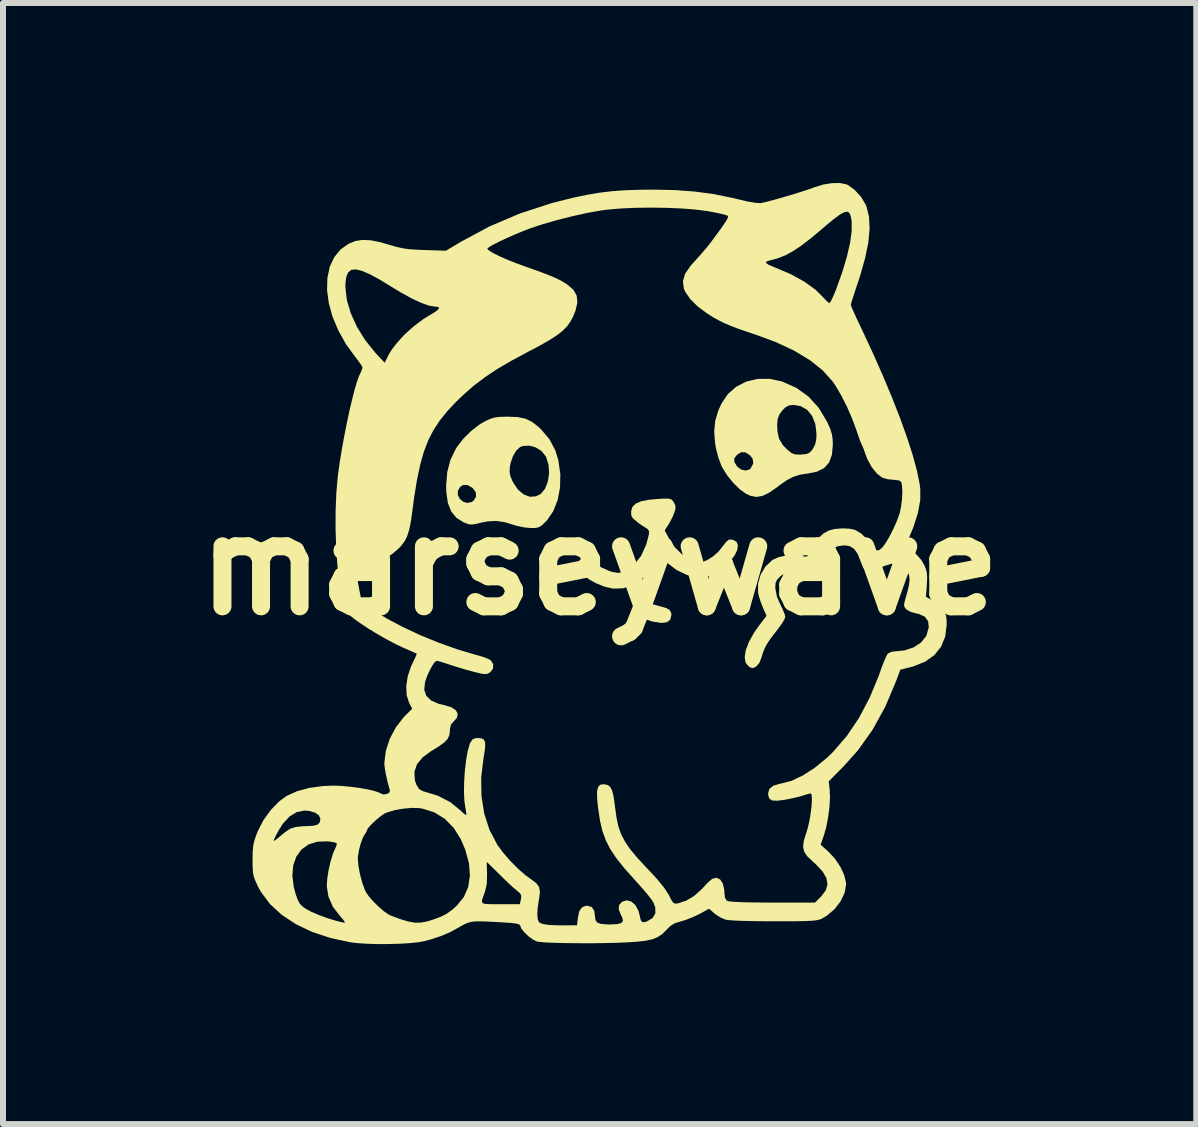
<source format=kicad_pcb>
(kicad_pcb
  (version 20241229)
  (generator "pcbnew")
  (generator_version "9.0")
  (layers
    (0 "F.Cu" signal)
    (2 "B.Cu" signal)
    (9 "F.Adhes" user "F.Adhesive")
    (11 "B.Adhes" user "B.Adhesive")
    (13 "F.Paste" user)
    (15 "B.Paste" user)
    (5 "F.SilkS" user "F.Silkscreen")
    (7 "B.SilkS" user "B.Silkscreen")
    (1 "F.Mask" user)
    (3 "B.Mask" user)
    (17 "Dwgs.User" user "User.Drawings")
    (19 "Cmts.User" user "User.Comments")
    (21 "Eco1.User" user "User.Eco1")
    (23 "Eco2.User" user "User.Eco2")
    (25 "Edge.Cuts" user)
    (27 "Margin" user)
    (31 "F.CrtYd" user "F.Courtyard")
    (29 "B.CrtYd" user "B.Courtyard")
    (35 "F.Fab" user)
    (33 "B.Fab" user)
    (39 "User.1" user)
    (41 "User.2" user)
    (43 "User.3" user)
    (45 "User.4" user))
  (footprint "marseywave"
    (layer "F.Cu")
    (at 6.943 6.376)
    (property "Reference" "marseywave" (at 0 0 0) (layer "F.SilkS") (effects (font (size 1.5 1.5) (thickness 0.3))))
    (attr board_only exclude_from_pos_files exclude_from_bom)
    (fp_poly (pts (xy 0.821 0.62) (xy 0.888 0.645) (xy 0.977 0.67) (xy 1.008 0.678) (xy 1.11 0.707) (xy 1.169 0.742) (xy 1.193 0.79) (xy 1.196 0.82) (xy 1.178 0.898) (xy 1.123 0.943) (xy 1.03 0.955) (xy 0.897 0.935) (xy 0.849 0.923) (xy 0.728 0.877) (xy 0.655 0.818) (xy 0.625 0.743) (xy 0.624 0.723) (xy 0.645 0.653) (xy 0.7 0.611) (xy 0.777 0.606)) (stroke (width 0) (type solid)) (fill yes) (layer "F.SilkS"))
    (fp_poly (pts (xy 3.034 -3.07) (xy 3.046 -3.066) (xy 3.279 -2.962) (xy 3.48 -2.818) (xy 3.649 -2.632) (xy 3.785 -2.406) (xy 3.792 -2.393) (xy 3.842 -2.281) (xy 3.87 -2.192) (xy 3.883 -2.102) (xy 3.886 -2.016) (xy 3.871 -1.848) (xy 3.824 -1.719) (xy 3.741 -1.626) (xy 3.619 -1.565) (xy 3.467 -1.535) (xy 3.339 -1.515) (xy 3.23 -1.481) (xy 3.124 -1.427) (xy 3.004 -1.344) (xy 2.96 -1.31) (xy 2.826 -1.216) (xy 2.714 -1.162) (xy 2.613 -1.145) (xy 2.515 -1.163) (xy 2.443 -1.195) (xy 2.341 -1.267) (xy 2.232 -1.373) (xy 2.13 -1.498) (xy 2.047 -1.629) (xy 2.029 -1.665) (xy 2.005 -1.73) (xy 2.244 -1.73) (xy 2.286 -1.659) (xy 2.29 -1.654) (xy 2.351 -1.605) (xy 2.425 -1.585) (xy 2.49 -1.598) (xy 2.515 -1.618) (xy 2.559 -1.701) (xy 2.551 -1.778) (xy 2.512 -1.832) (xy 2.432 -1.887) (xy 2.356 -1.89) (xy 2.288 -1.846) (xy 2.244 -1.787) (xy 2.244 -1.73) (xy 2.005 -1.73) (xy 1.979 -1.797) (xy 1.939 -1.953) (xy 1.924 -2.04) (xy 1.909 -2.238) (xy 1.92 -2.353) (xy 2.958 -2.353) (xy 2.963 -2.236) (xy 2.989 -2.115) (xy 3.053 -2.008) (xy 3.134 -1.926) (xy 3.198 -1.876) (xy 3.256 -1.853) (xy 3.332 -1.85) (xy 3.362 -1.851) (xy 3.445 -1.86) (xy 3.497 -1.881) (xy 3.538 -1.924) (xy 3.554 -1.947) (xy 3.592 -2.021) (xy 3.61 -2.108) (xy 3.614 -2.192) (xy 3.595 -2.357) (xy 3.542 -2.492) (xy 3.459 -2.595) (xy 3.35 -2.658) (xy 3.23 -2.678) (xy 3.155 -2.67) (xy 3.098 -2.64) (xy 3.044 -2.586) (xy 2.995 -2.518) (xy 2.967 -2.446) (xy 2.958 -2.353) (xy 1.92 -2.353) (xy 1.926 -2.414) (xy 1.979 -2.588) (xy 2.031 -2.702) (xy 2.137 -2.86) (xy 2.277 -2.982) (xy 2.443 -3.067) (xy 2.63 -3.111) (xy 2.829 -3.113)) (stroke (width 0) (type solid)) (fill yes) (layer "F.SilkS"))
    (fp_poly (pts (xy -1.362 -2.475) (xy -1.237 -2.449) (xy -1.13 -2.398) (xy -1.024 -2.316) (xy -0.978 -2.273) (xy -0.836 -2.105) (xy -0.737 -1.918) (xy -0.687 -1.749) (xy -0.655 -1.522) (xy -0.66 -1.3) (xy -0.7 -1.093) (xy -0.772 -0.909) (xy -0.875 -0.758) (xy -0.897 -0.734) (xy -0.963 -0.672) (xy -1.015 -0.639) (xy -1.073 -0.627) (xy -1.147 -0.626) (xy -1.258 -0.637) (xy -1.377 -0.662) (xy -1.423 -0.676) (xy -1.587 -0.725) (xy -1.729 -0.745) (xy -1.869 -0.737) (xy -1.973 -0.716) (xy -2.069 -0.693) (xy -2.133 -0.685) (xy -2.184 -0.69) (xy -2.239 -0.71) (xy -2.268 -0.722) (xy -2.388 -0.797) (xy -2.474 -0.904) (xy -2.53 -1.045) (xy -2.555 -1.226) (xy -2.556 -1.244) (xy -2.364 -1.244) (xy -2.362 -1.174) (xy -2.329 -1.111) (xy -2.273 -1.064) (xy -2.205 -1.044) (xy -2.133 -1.06) (xy -2.101 -1.083) (xy -2.059 -1.15) (xy -2.065 -1.224) (xy -2.116 -1.293) (xy -2.122 -1.298) (xy -2.207 -1.345) (xy -2.281 -1.342) (xy -2.325 -1.311) (xy -2.364 -1.244) (xy -2.556 -1.244) (xy -2.558 -1.339) (xy -2.539 -1.564) (xy -2.538 -1.566) (xy -1.501 -1.566) (xy -1.489 -1.496) (xy -1.456 -1.415) (xy -1.438 -1.38) (xy -1.358 -1.263) (xy -1.263 -1.185) (xy -1.161 -1.147) (xy -1.059 -1.155) (xy -0.98 -1.196) (xy -0.909 -1.282) (xy -0.863 -1.401) (xy -0.843 -1.537) (xy -0.851 -1.677) (xy -0.89 -1.805) (xy -0.898 -1.821) (xy -0.967 -1.909) (xy -1.065 -1.97) (xy -1.174 -2) (xy -1.281 -1.994) (xy -1.325 -1.976) (xy -1.39 -1.917) (xy -1.446 -1.822) (xy -1.485 -1.706) (xy -1.495 -1.651) (xy -1.501 -1.566) (xy -2.538 -1.566) (xy -2.487 -1.762) (xy -2.396 -1.948) (xy -2.378 -1.977) (xy -2.273 -2.114) (xy -2.138 -2.247) (xy -1.993 -2.358) (xy -1.9 -2.411) (xy -1.82 -2.447) (xy -1.747 -2.469) (xy -1.663 -2.479) (xy -1.549 -2.482) (xy -1.521 -2.482)) (stroke (width 0) (type solid)) (fill yes) (layer "F.SilkS"))
    (fp_poly (pts (xy 1.182 -1.11) (xy 1.209 -1.092) (xy 1.232 -1.061) (xy 1.234 -1.058) (xy 1.262 -1.003) (xy 1.263 -0.949) (xy 1.248 -0.891) (xy 1.213 -0.805) (xy 1.164 -0.713) (xy 1.15 -0.69) (xy 1.084 -0.587) (xy 1.157 -0.449) (xy 1.251 -0.307) (xy 1.371 -0.189) (xy 1.503 -0.105) (xy 1.576 -0.077) (xy 1.653 -0.059) (xy 1.71 -0.06) (xy 1.771 -0.083) (xy 1.814 -0.105) (xy 1.9 -0.161) (xy 1.977 -0.23) (xy 1.998 -0.255) (xy 2.052 -0.324) (xy 2.1 -0.386) (xy 2.108 -0.396) (xy 2.156 -0.435) (xy 2.218 -0.432) (xy 2.28 -0.398) (xy 2.304 -0.338) (xy 2.293 -0.261) (xy 2.251 -0.172) (xy 2.182 -0.079) (xy 2.09 0.013) (xy 1.978 0.097) (xy 1.894 0.145) (xy 1.801 0.187) (xy 1.724 0.203) (xy 1.637 0.2) (xy 1.631 0.199) (xy 1.455 0.156) (xy 1.282 0.073) (xy 1.132 -0.041) (xy 1.124 -0.048) (xy 1.064 -0.106) (xy 1.018 -0.145) (xy 1.001 -0.156) (xy 0.983 -0.135) (xy 0.952 -0.083) (xy 0.939 -0.057) (xy 0.853 0.071) (xy 0.733 0.194) (xy 0.599 0.295) (xy 0.548 0.324) (xy 0.39 0.378) (xy 0.225 0.383) (xy 0.091 0.354) (xy -0.058 0.295) (xy -0.183 0.225) (xy -0.279 0.148) (xy -0.341 0.069) (xy -0.366 -0.006) (xy -0.348 -0.074) (xy -0.309 -0.114) (xy -0.249 -0.139) (xy -0.187 -0.125) (xy -0.109 -0.07) (xy -0.104 -0.066) (xy 0.029 0.031) (xy 0.168 0.092) (xy 0.215 0.105) (xy 0.297 0.121) (xy 0.36 0.114) (xy 0.434 0.082) (xy 0.436 0.081) (xy 0.578 -0.02) (xy 0.692 -0.164) (xy 0.776 -0.35) (xy 0.819 -0.512) (xy 0.824 -0.574) (xy 0.8 -0.61) (xy 0.775 -0.626) (xy 0.718 -0.661) (xy 0.644 -0.713) (xy 0.616 -0.735) (xy 0.555 -0.788) (xy 0.528 -0.834) (xy 0.524 -0.893) (xy 0.525 -0.907) (xy 0.546 -0.979) (xy 0.6 -1.033) (xy 0.691 -1.072) (xy 0.825 -1.098) (xy 0.958 -1.11) (xy 1.068 -1.117) (xy 1.139 -1.117)) (stroke (width 0) (type solid)) (fill yes) (layer "F.SilkS"))
    (fp_poly (pts (xy 4.11 -6.355) (xy 4.134 -6.345) (xy 4.25 -6.262) (xy 4.355 -6.146) (xy 4.433 -6.017) (xy 4.446 -5.986) (xy 4.488 -5.817) (xy 4.499 -5.619) (xy 4.478 -5.389) (xy 4.424 -5.124) (xy 4.339 -4.823) (xy 4.303 -4.716) (xy 4.261 -4.59) (xy 4.225 -4.48) (xy 4.199 -4.397) (xy 4.187 -4.351) (xy 4.186 -4.345) (xy 4.196 -4.314) (xy 4.226 -4.245) (xy 4.27 -4.147) (xy 4.326 -4.028) (xy 4.358 -3.961) (xy 4.547 -3.556) (xy 4.72 -3.166) (xy 4.875 -2.795) (xy 5.011 -2.447) (xy 5.126 -2.126) (xy 5.219 -1.836) (xy 5.288 -1.581) (xy 5.332 -1.365) (xy 5.343 -1.284) (xy 5.343 -1.094) (xy 5.304 -0.878) (xy 5.229 -0.642) (xy 5.187 -0.541) (xy 5.093 -0.325) (xy 5.152 -0.286) (xy 5.275 -0.191) (xy 5.361 -0.093) (xy 5.409 -0.01) (xy 5.439 0.06) (xy 5.454 0.127) (xy 5.458 0.209) (xy 5.453 0.315) (xy 5.438 0.521) (xy 5.538 0.572) (xy 5.62 0.627) (xy 5.696 0.701) (xy 5.712 0.719) (xy 5.752 0.779) (xy 5.774 0.837) (xy 5.782 0.912) (xy 5.783 0.992) (xy 5.758 1.186) (xy 5.689 1.353) (xy 5.577 1.492) (xy 5.424 1.601) (xy 5.231 1.678) (xy 5.199 1.687) (xy 5.01 1.735) (xy 4.939 1.927) (xy 4.76 2.351) (xy 4.549 2.734) (xy 4.305 3.077) (xy 4.06 3.351) (xy 3.817 3.595) (xy 3.833 3.73) (xy 3.839 3.859) (xy 3.83 4.019) (xy 3.808 4.19) (xy 3.777 4.355) (xy 3.739 4.49) (xy 3.683 4.651) (xy 3.816 4.77) (xy 3.922 4.885) (xy 4.011 5.018) (xy 4.075 5.155) (xy 4.105 5.281) (xy 4.107 5.314) (xy 4.082 5.454) (xy 4.015 5.595) (xy 3.914 5.726) (xy 3.786 5.834) (xy 3.712 5.878) (xy 3.68 5.893) (xy 3.642 5.904) (xy 3.592 5.913) (xy 3.524 5.919) (xy 3.432 5.923) (xy 3.308 5.926) (xy 3.146 5.927) (xy 2.94 5.927) (xy 2.906 5.927) (xy 2.695 5.926) (xy 2.505 5.923) (xy 2.344 5.919) (xy 2.216 5.913) (xy 2.13 5.905) (xy 2.099 5.9) (xy 2.015 5.864) (xy 1.93 5.81) (xy 1.912 5.795) (xy 1.824 5.718) (xy 1.66 5.807) (xy 1.551 5.859) (xy 1.435 5.904) (xy 1.352 5.929) (xy 1.251 5.96) (xy 1.175 6.008) (xy 1.111 6.073) (xy 1.044 6.139) (xy 0.97 6.189) (xy 0.881 6.226) (xy 0.768 6.251) (xy 0.62 6.268) (xy 0.442 6.279) (xy 0.271 6.286) (xy 0.082 6.29) (xy -0.115 6.293) (xy -0.313 6.293) (xy -0.504 6.291) (xy -0.679 6.288) (xy -0.83 6.283) (xy -0.948 6.276) (xy -1.026 6.268) (xy -1.044 6.264) (xy -1.11 6.233) (xy -1.185 6.178) (xy -1.255 6.111) (xy -1.306 6.047) (xy -1.326 5.996) (xy -1.34 5.979) (xy -1.386 5.966) (xy -1.472 5.955) (xy -1.602 5.946) (xy -1.618 5.945) (xy -1.799 5.935) (xy -1.937 5.929) (xy -2.042 5.928) (xy -2.121 5.934) (xy -2.184 5.948) (xy -2.241 5.97) (xy -2.299 6.001) (xy -2.344 6.027) (xy -2.487 6.106) (xy -2.638 6.171) (xy -2.815 6.229) (xy -2.912 6.256) (xy -3.017 6.276) (xy -3.161 6.291) (xy -3.332 6.301) (xy -3.519 6.306) (xy -3.709 6.307) (xy -3.889 6.301) (xy -4.047 6.29) (xy -4.147 6.278) (xy -4.485 6.206) (xy -4.792 6.104) (xy -5.064 5.974) (xy -5.3 5.818) (xy -5.495 5.638) (xy -5.646 5.435) (xy -5.696 5.343) (xy -5.737 5.255) (xy -5.763 5.184) (xy -5.767 5.166) (xy -5.121 5.166) (xy -5.097 5.359) (xy -5.065 5.476) (xy -5.029 5.573) (xy -4.994 5.638) (xy -4.946 5.685) (xy -4.892 5.722) (xy -4.802 5.77) (xy -4.68 5.822) (xy -4.544 5.872) (xy -4.409 5.914) (xy -4.295 5.943) (xy -4.248 5.951) (xy -4.249 5.936) (xy -4.279 5.894) (xy -4.32 5.848) (xy -4.446 5.685) (xy -4.521 5.513) (xy -4.547 5.343) (xy -4.54 5.222) (xy -4.518 5.077) (xy -4.484 4.93) (xy -4.472 4.891) (xy -4.03 4.891) (xy -4.02 5.004) (xy -3.994 5.142) (xy -3.957 5.281) (xy -3.914 5.401) (xy -3.899 5.434) (xy -3.85 5.507) (xy -3.774 5.594) (xy -3.684 5.683) (xy -3.594 5.761) (xy -3.516 5.815) (xy -3.492 5.827) (xy -3.325 5.89) (xy -3.192 5.93) (xy -3.081 5.95) (xy -2.98 5.949) (xy -2.876 5.93) (xy -2.778 5.9) (xy -2.646 5.851) (xy -2.543 5.797) (xy -2.449 5.728) (xy -2.383 5.669) (xy -2.309 5.579) (xy -1.961 5.579) (xy -1.959 5.615) (xy -1.929 5.634) (xy -1.865 5.641) (xy -1.761 5.642) (xy -1.656 5.642) (xy -1.33 5.642) (xy -1.312 5.56) (xy -1.306 5.503) (xy -1.325 5.462) (xy -1.379 5.415) (xy -1.382 5.413) (xy -1.437 5.367) (xy -1.516 5.295) (xy -1.607 5.207) (xy -1.672 5.143) (xy -1.754 5.062) (xy -1.822 4.996) (xy -1.866 4.952) (xy -1.88 4.94) (xy -1.882 4.963) (xy -1.88 5.026) (xy -1.877 5.115) (xy -1.876 5.129) (xy -1.88 5.298) (xy -1.91 5.431) (xy -1.911 5.434) (xy -1.943 5.521) (xy -1.961 5.579) (xy -2.309 5.579) (xy -2.264 5.525) (xy -2.191 5.357) (xy -2.162 5.167) (xy -2.178 4.959) (xy -2.24 4.733) (xy -2.314 4.559) (xy -2.433 4.369) (xy -2.581 4.219) (xy -2.756 4.112) (xy -2.954 4.049) (xy -3.008 4.041) (xy -3.129 4.037) (xy -3.272 4.05) (xy -3.415 4.075) (xy -3.536 4.111) (xy -3.575 4.127) (xy -3.633 4.164) (xy -3.703 4.219) (xy -3.774 4.283) (xy -3.833 4.343) (xy -3.869 4.389) (xy -3.874 4.404) (xy -3.889 4.442) (xy -3.909 4.47) (xy -3.946 4.534) (xy -3.982 4.632) (xy -4.011 4.743) (xy -4.028 4.849) (xy -4.03 4.891) (xy -4.472 4.891) (xy -4.444 4.798) (xy -4.41 4.72) (xy -4.386 4.664) (xy -4.381 4.628) (xy -4.381 4.626) (xy -4.412 4.614) (xy -4.477 4.602) (xy -4.528 4.595) (xy -4.702 4.6) (xy -4.85 4.646) (xy -4.968 4.73) (xy -5.054 4.847) (xy -5.106 4.994) (xy -5.121 5.166) (xy -5.767 5.166) (xy -5.777 5.113) (xy -5.783 5.024) (xy -5.784 4.901) (xy -5.782 4.772) (xy -5.774 4.674) (xy -5.756 4.589) (xy -5.755 4.585) (xy -5.433 4.585) (xy -5.416 4.582) (xy -5.373 4.551) (xy -5.331 4.515) (xy -5.255 4.452) (xy -5.18 4.399) (xy -5.15 4.382) (xy -5.067 4.356) (xy -4.948 4.343) (xy -4.894 4.342) (xy -4.778 4.336) (xy -4.704 4.318) (xy -4.666 4.282) (xy -4.654 4.225) (xy -4.654 4.22) (xy -4.678 4.162) (xy -4.743 4.116) (xy -4.841 4.088) (xy -4.923 4.082) (xy -5.049 4.107) (xy -5.169 4.182) (xy -5.28 4.302) (xy -5.346 4.407) (xy -5.39 4.488) (xy -5.421 4.552) (xy -5.433 4.585) (xy -5.433 4.585) (xy -5.755 4.585) (xy -5.725 4.496) (xy -5.699 4.43) (xy -5.605 4.245) (xy -5.481 4.073) (xy -5.339 3.927) (xy -5.213 3.836) (xy -5.044 3.76) (xy -4.838 3.704) (xy -4.607 3.673) (xy -4.435 3.666) (xy -4.304 3.671) (xy -4.16 3.684) (xy -4.014 3.703) (xy -3.879 3.726) (xy -3.764 3.752) (xy -3.683 3.779) (xy -3.653 3.795) (xy -3.605 3.813) (xy -3.55 3.807) (xy -3.506 3.784) (xy -3.495 3.748) (xy -3.495 3.747) (xy -3.536 3.599) (xy -3.567 3.457) (xy -3.585 3.34) (xy -3.588 3.289) (xy -3.564 3.092) (xy -3.499 2.889) (xy -3.397 2.696) (xy -3.265 2.525) (xy -3.233 2.493) (xy -3.124 2.385) (xy -3.177 2.283) (xy -3.216 2.158) (xy -3.223 2.007) (xy -3.198 1.843) (xy -3.143 1.679) (xy -3.124 1.638) (xy -3.084 1.556) (xy -3.057 1.496) (xy -3.048 1.468) (xy -3.048 1.468) (xy -3.073 1.456) (xy -3.135 1.428) (xy -3.22 1.391) (xy -3.25 1.378) (xy -3.391 1.312) (xy -3.542 1.233) (xy -3.695 1.146) (xy -3.843 1.056) (xy -3.979 0.967) (xy -4.095 0.884) (xy -4.183 0.812) (xy -4.236 0.757) (xy -4.247 0.736) (xy -4.297 0.526) (xy -4.338 0.276) (xy -4.356 0.115) (xy -4.045 0.115) (xy -4.043 0.185) (xy -4.026 0.293) (xy -4.014 0.355) (xy -3.965 0.611) (xy -3.783 0.735) (xy -3.554 0.878) (xy -3.286 1.02) (xy -2.991 1.158) (xy -2.683 1.284) (xy -2.372 1.395) (xy -2.072 1.484) (xy -2.028 1.496) (xy -1.934 1.524) (xy -1.855 1.555) (xy -1.813 1.579) (xy -1.773 1.645) (xy -1.777 1.717) (xy -1.825 1.778) (xy -1.83 1.781) (xy -1.866 1.801) (xy -1.904 1.808) (xy -1.959 1.802) (xy -2.044 1.783) (xy -2.097 1.77) (xy -2.229 1.734) (xy -2.375 1.69) (xy -2.494 1.652) (xy -2.589 1.62) (xy -2.667 1.597) (xy -2.713 1.586) (xy -2.717 1.586) (xy -2.748 1.608) (xy -2.789 1.667) (xy -2.834 1.749) (xy -2.876 1.843) (xy -2.908 1.935) (xy -2.911 1.946) (xy -2.923 2.07) (xy -2.889 2.17) (xy -2.807 2.248) (xy -2.679 2.304) (xy -2.587 2.325) (xy -2.473 2.359) (xy -2.398 2.409) (xy -2.365 2.47) (xy -2.378 2.536) (xy -2.431 2.595) (xy -2.476 2.646) (xy -2.494 2.714) (xy -2.496 2.754) (xy -2.504 2.824) (xy -2.531 2.884) (xy -2.586 2.944) (xy -2.674 3.009) (xy -2.802 3.088) (xy -2.808 3.091) (xy -2.95 3.195) (xy -3.044 3.31) (xy -3.087 3.437) (xy -3.08 3.573) (xy -3.055 3.649) (xy -3.007 3.725) (xy -2.944 3.759) (xy -2.697 3.834) (xy -2.488 3.942) (xy -2.319 4.08) (xy -2.267 4.129) (xy -2.231 4.154) (xy -2.223 4.156) (xy -2.222 4.126) (xy -2.232 4.065) (xy -2.237 4.042) (xy -2.254 3.921) (xy -2.261 3.767) (xy -2.258 3.595) (xy -2.246 3.417) (xy -2.226 3.246) (xy -2.2 3.096) (xy -2.167 2.979) (xy -2.154 2.947) (xy -2.116 2.893) (xy -2.061 2.874) (xy -2.03 2.873) (xy -1.967 2.879) (xy -1.927 2.902) (xy -1.908 2.95) (xy -1.908 3.03) (xy -1.925 3.15) (xy -1.935 3.207) (xy -1.974 3.528) (xy -1.97 3.838) (xy -1.923 4.133) (xy -1.835 4.405) (xy -1.706 4.65) (xy -1.706 4.651) (xy -1.61 4.781) (xy -1.491 4.919) (xy -1.362 5.049) (xy -1.236 5.159) (xy -1.152 5.22) (xy -1.059 5.288) (xy -1.009 5.355) (xy -0.995 5.437) (xy -1.009 5.55) (xy -1.01 5.554) (xy -1.032 5.693) (xy -1.039 5.812) (xy -1.03 5.9) (xy -1.007 5.948) (xy -0.946 5.973) (xy -0.833 5.989) (xy -0.67 5.995) (xy -0.572 5.995) (xy -0.377 5.993) (xy -0.363 5.872) (xy -0.34 5.762) (xy -0.297 5.696) (xy -0.231 5.669) (xy -0.206 5.668) (xy -0.133 5.689) (xy -0.09 5.752) (xy -0.078 5.843) (xy -0.07 5.907) (xy -0.041 5.948) (xy 0.019 5.97) (xy 0.118 5.979) (xy 0.175 5.98) (xy 0.292 5.974) (xy 0.361 5.956) (xy 0.389 5.922) (xy 0.378 5.867) (xy 0.355 5.823) (xy 0.317 5.728) (xy 0.326 5.653) (xy 0.373 5.602) (xy 0.451 5.578) (xy 0.528 5.598) (xy 0.596 5.658) (xy 0.646 5.75) (xy 0.667 5.831) (xy 0.685 5.908) (xy 0.712 5.941) (xy 0.758 5.94) (xy 0.787 5.93) (xy 0.881 5.874) (xy 0.928 5.797) (xy 0.928 5.699) (xy 0.893 5.608) (xy 0.86 5.559) (xy 0.8 5.482) (xy 0.718 5.386) (xy 0.623 5.279) (xy 0.58 5.232) (xy 0.413 5.044) (xy 0.281 4.879) (xy 0.179 4.727) (xy 0.103 4.579) (xy 0.046 4.423) (xy 0.006 4.251) (xy -0.024 4.052) (xy -0.028 4.021) (xy -0.043 3.869) (xy -0.043 3.761) (xy -0.027 3.692) (xy 0.006 3.654) (xy 0.058 3.643) (xy 0.084 3.645) (xy 0.137 3.657) (xy 0.177 3.689) (xy 0.207 3.747) (xy 0.231 3.838) (xy 0.25 3.971) (xy 0.258 4.034) (xy 0.281 4.202) (xy 0.313 4.347) (xy 0.358 4.476) (xy 0.423 4.601) (xy 0.511 4.729) (xy 0.629 4.87) (xy 0.779 5.033) (xy 0.824 5.079) (xy 0.968 5.236) (xy 1.078 5.372) (xy 1.15 5.482) (xy 1.157 5.497) (xy 1.198 5.577) (xy 1.228 5.619) (xy 1.259 5.633) (xy 1.301 5.629) (xy 1.31 5.627) (xy 1.443 5.583) (xy 1.57 5.508) (xy 1.699 5.394) (xy 1.802 5.282) (xy 1.878 5.218) (xy 1.949 5.202) (xy 2.01 5.232) (xy 2.055 5.302) (xy 2.078 5.411) (xy 2.079 5.452) (xy 2.088 5.533) (xy 2.115 5.578) (xy 2.13 5.589) (xy 2.173 5.597) (xy 2.263 5.604) (xy 2.397 5.61) (xy 2.571 5.613) (xy 2.781 5.615) (xy 2.884 5.616) (xy 3.588 5.616) (xy 3.692 5.512) (xy 3.768 5.412) (xy 3.797 5.312) (xy 3.779 5.206) (xy 3.713 5.094) (xy 3.597 4.971) (xy 3.549 4.928) (xy 3.461 4.845) (xy 3.409 4.769) (xy 3.39 4.687) (xy 3.402 4.587) (xy 3.442 4.456) (xy 3.446 4.447) (xy 3.474 4.349) (xy 3.499 4.235) (xy 3.518 4.116) (xy 3.532 4.001) (xy 3.537 3.903) (xy 3.534 3.831) (xy 3.522 3.797) (xy 3.517 3.796) (xy 3.477 3.804) (xy 3.411 3.824) (xy 3.386 3.833) (xy 3.307 3.855) (xy 3.199 3.88) (xy 3.087 3.902) (xy 3.086 3.902) (xy 2.962 3.918) (xy 2.879 3.914) (xy 2.832 3.888) (xy 2.811 3.836) (xy 2.808 3.793) (xy 2.829 3.72) (xy 2.895 3.667) (xy 3.007 3.634) (xy 3.031 3.63) (xy 3.203 3.584) (xy 3.39 3.495) (xy 3.586 3.368) (xy 3.782 3.208) (xy 3.89 3.104) (xy 4.115 2.844) (xy 4.32 2.541) (xy 4.5 2.201) (xy 4.652 1.833) (xy 4.668 1.785) (xy 4.71 1.669) (xy 4.75 1.57) (xy 4.783 1.498) (xy 4.802 1.467) (xy 4.855 1.439) (xy 4.914 1.43) (xy 5.084 1.412) (xy 5.234 1.362) (xy 5.354 1.283) (xy 5.437 1.18) (xy 5.45 1.152) (xy 5.485 1.027) (xy 5.474 0.926) (xy 5.42 0.852) (xy 5.321 0.806) (xy 5.271 0.795) (xy 5.185 0.772) (xy 5.118 0.736) (xy 5.107 0.726) (xy 5.078 0.687) (xy 5.073 0.644) (xy 5.089 0.576) (xy 5.092 0.564) (xy 5.133 0.419) (xy 5.157 0.312) (xy 5.165 0.232) (xy 5.158 0.169) (xy 5.138 0.114) (xy 5.07 0.023) (xy 4.977 -0.025) (xy 4.865 -0.031) (xy 4.739 0.007) (xy 4.644 0.061) (xy 4.579 0.102) (xy 4.53 0.127) (xy 4.518 0.13) (xy 4.449 0.105) (xy 4.39 0.029) (xy 4.351 -0.067) (xy 4.299 -0.197) (xy 4.239 -0.281) (xy 4.164 -0.326) (xy 4.076 -0.338) (xy 3.975 -0.324) (xy 3.886 -0.289) (xy 3.883 -0.288) (xy 3.81 -0.217) (xy 3.763 -0.121) (xy 3.75 -0.019) (xy 3.755 0.015) (xy 3.753 0.103) (xy 3.707 0.178) (xy 3.667 0.207) (xy 3.624 0.217) (xy 3.558 0.206) (xy 3.458 0.173) (xy 3.446 0.169) (xy 3.305 0.123) (xy 3.195 0.106) (xy 3.107 0.119) (xy 3.031 0.162) (xy 3.01 0.18) (xy 2.955 0.237) (xy 2.931 0.293) (xy 2.927 0.374) (xy 2.927 0.375) (xy 2.953 0.515) (xy 3.012 0.65) (xy 3.054 0.737) (xy 3.083 0.811) (xy 3.094 0.855) (xy 3.078 0.897) (xy 3.037 0.966) (xy 2.978 1.047) (xy 2.964 1.066) (xy 2.867 1.191) (xy 2.798 1.29) (xy 2.751 1.374) (xy 2.719 1.457) (xy 2.702 1.516) (xy 2.663 1.619) (xy 2.61 1.681) (xy 2.609 1.682) (xy 2.56 1.707) (xy 2.519 1.701) (xy 2.483 1.679) (xy 2.432 1.617) (xy 2.417 1.524) (xy 2.436 1.406) (xy 2.489 1.268) (xy 2.573 1.118) (xy 2.664 0.989) (xy 2.781 0.837) (xy 2.72 0.698) (xy 2.681 0.599) (xy 2.651 0.498) (xy 2.64 0.451) (xy 2.64 0.3) (xy 2.683 0.15) (xy 2.764 0.014) (xy 2.877 -0.092) (xy 2.881 -0.095) (xy 2.98 -0.14) (xy 3.108 -0.169) (xy 3.242 -0.178) (xy 3.359 -0.163) (xy 3.362 -0.163) (xy 3.428 -0.149) (xy 3.461 -0.155) (xy 3.474 -0.179) (xy 3.534 -0.314) (xy 3.623 -0.438) (xy 3.73 -0.536) (xy 3.827 -0.589) (xy 3.928 -0.612) (xy 4.049 -0.621) (xy 4.168 -0.615) (xy 4.255 -0.596) (xy 4.356 -0.537) (xy 4.458 -0.44) (xy 4.54 -0.332) (xy 4.581 -0.273) (xy 4.612 -0.251) (xy 4.65 -0.258) (xy 4.669 -0.266) (xy 4.714 -0.305) (xy 4.77 -0.383) (xy 4.832 -0.488) (xy 4.894 -0.611) (xy 4.951 -0.739) (xy 4.996 -0.862) (xy 5.002 -0.882) (xy 5.023 -0.982) (xy 5.038 -1.1) (xy 5.044 -1.219) (xy 5.04 -1.322) (xy 5.028 -1.389) (xy 4.995 -1.418) (xy 4.923 -1.429) (xy 4.897 -1.43) (xy 4.805 -1.439) (xy 4.72 -1.462) (xy 4.704 -1.47) (xy 4.618 -1.537) (xy 4.534 -1.642) (xy 4.463 -1.77) (xy 4.431 -1.854) (xy 4.403 -1.934) (xy 4.378 -1.995) (xy 4.368 -2.015) (xy 4.352 -2.05) (xy 4.325 -2.122) (xy 4.292 -2.218) (xy 4.277 -2.262) (xy 4.206 -2.454) (xy 4.119 -2.654) (xy 4.022 -2.844) (xy 3.925 -3.008) (xy 3.88 -3.072) (xy 3.717 -3.254) (xy 3.505 -3.423) (xy 3.246 -3.58) (xy 2.941 -3.723) (xy 2.639 -3.835) (xy 2.444 -3.901) (xy 2.29 -3.955) (xy 2.167 -4.003) (xy 2.065 -4.047) (xy 1.975 -4.092) (xy 1.888 -4.141) (xy 1.794 -4.2) (xy 1.79 -4.203) (xy 1.636 -4.317) (xy 1.513 -4.438) (xy 1.428 -4.56) (xy 1.402 -4.622) (xy 1.388 -4.741) (xy 1.424 -4.864) (xy 1.512 -4.992) (xy 1.526 -5.009) (xy 1.558 -5.044) (xy 2.774 -5.044) (xy 2.817 -5.013) (xy 2.909 -4.974) (xy 2.929 -4.966) (xy 3.188 -4.856) (xy 3.414 -4.731) (xy 3.6 -4.596) (xy 3.731 -4.465) (xy 3.781 -4.411) (xy 3.821 -4.38) (xy 3.832 -4.377) (xy 3.851 -4.403) (xy 3.883 -4.466) (xy 3.921 -4.556) (xy 3.945 -4.616) (xy 4.044 -4.893) (xy 4.12 -5.148) (xy 4.173 -5.376) (xy 4.2 -5.572) (xy 4.2 -5.73) (xy 4.198 -5.754) (xy 4.183 -5.829) (xy 4.162 -5.878) (xy 4.129 -5.899) (xy 4.079 -5.891) (xy 4.008 -5.853) (xy 3.911 -5.782) (xy 3.784 -5.678) (xy 3.692 -5.599) (xy 3.511 -5.448) (xy 3.357 -5.33) (xy 3.222 -5.24) (xy 3.098 -5.173) (xy 2.976 -5.124) (xy 2.848 -5.088) (xy 2.826 -5.084) (xy 2.777 -5.066) (xy 2.774 -5.044) (xy 1.558 -5.044) (xy 1.629 -5.123) (xy 1.705 -5.208) (xy 1.763 -5.276) (xy 1.812 -5.335) (xy 1.86 -5.397) (xy 1.887 -5.434) (xy 1.987 -5.57) (xy 2.059 -5.671) (xy 2.107 -5.742) (xy 2.133 -5.789) (xy 2.14 -5.817) (xy 2.136 -5.83) (xy 2.102 -5.843) (xy 2.029 -5.862) (xy 1.926 -5.884) (xy 1.804 -5.907) (xy 1.613 -5.932) (xy 1.384 -5.951) (xy 1.131 -5.962) (xy 0.865 -5.966) (xy 0.602 -5.963) (xy 0.354 -5.952) (xy 0.135 -5.933) (xy 0.026 -5.919) (xy -0.2 -5.879) (xy -0.449 -5.824) (xy -0.703 -5.76) (xy -0.944 -5.691) (xy -1.153 -5.622) (xy -1.17 -5.616) (xy -1.296 -5.567) (xy -1.429 -5.511) (xy -1.558 -5.454) (xy -1.676 -5.398) (xy -1.773 -5.349) (xy -1.841 -5.31) (xy -1.871 -5.285) (xy -1.872 -5.283) (xy -1.848 -5.254) (xy -1.781 -5.212) (xy -1.678 -5.16) (xy -1.544 -5.101) (xy -1.385 -5.038) (xy -1.227 -4.98) (xy -1.041 -4.914) (xy -0.895 -4.86) (xy -0.783 -4.815) (xy -0.694 -4.774) (xy -0.621 -4.736) (xy -0.555 -4.695) (xy -0.535 -4.681) (xy -0.436 -4.595) (xy -0.382 -4.498) (xy -0.371 -4.385) (xy -0.402 -4.25) (xy -0.445 -4.145) (xy -0.492 -4.059) (xy -0.549 -3.981) (xy -0.623 -3.908) (xy -0.72 -3.833) (xy -0.847 -3.752) (xy -1.009 -3.66) (xy -1.196 -3.562) (xy -1.471 -3.414) (xy -1.707 -3.276) (xy -1.912 -3.139) (xy -2.098 -2.998) (xy -2.274 -2.844) (xy -2.392 -2.73) (xy -2.54 -2.573) (xy -2.664 -2.419) (xy -2.769 -2.259) (xy -2.857 -2.087) (xy -2.93 -1.897) (xy -2.991 -1.679) (xy -3.044 -1.429) (xy -3.091 -1.139) (xy -3.121 -0.911) (xy -3.146 -0.733) (xy -3.174 -0.595) (xy -3.208 -0.489) (xy -3.252 -0.403) (xy -3.311 -0.326) (xy -3.363 -0.273) (xy -3.447 -0.202) (xy -3.552 -0.128) (xy -3.667 -0.059) (xy -3.778 -0.001) (xy -3.873 0.038) (xy -3.936 0.052) (xy -3.994 0.057) (xy -4.029 0.075) (xy -4.045 0.115) (xy -4.356 0.115) (xy -4.37 -0.005) (xy -4.391 -0.307) (xy -4.401 -0.618) (xy -4.4 -0.928) (xy -4.387 -1.227) (xy -4.362 -1.505) (xy -4.357 -1.542) (xy -4.33 -1.736) (xy -4.295 -1.945) (xy -4.256 -2.161) (xy -4.213 -2.377) (xy -4.169 -2.584) (xy -4.124 -2.774) (xy -4.082 -2.938) (xy -4.043 -3.069) (xy -4.01 -3.159) (xy -4.004 -3.171) (xy -3.972 -3.24) (xy -3.953 -3.291) (xy -3.952 -3.301) (xy -3.967 -3.334) (xy -4.008 -3.393) (xy -4.064 -3.467) (xy -4.067 -3.47) (xy -4.228 -3.692) (xy -4.356 -3.921) (xy -4.452 -4.15) (xy -4.514 -4.376) (xy -4.543 -4.592) (xy -4.541 -4.641) (xy -4.237 -4.641) (xy -4.214 -4.431) (xy -4.148 -4.207) (xy -4.044 -3.978) (xy -3.905 -3.755) (xy -3.736 -3.545) (xy -3.711 -3.518) (xy -3.582 -3.381) (xy -3.515 -3.517) (xy -3.464 -3.6) (xy -3.385 -3.703) (xy -3.29 -3.81) (xy -3.252 -3.85) (xy -3.096 -3.99) (xy -2.934 -4.111) (xy -2.855 -4.16) (xy -2.748 -4.224) (xy -2.688 -4.27) (xy -2.674 -4.299) (xy -2.705 -4.314) (xy -2.743 -4.316) (xy -2.841 -4.332) (xy -2.973 -4.379) (xy -3.133 -4.453) (xy -3.316 -4.554) (xy -3.458 -4.64) (xy -3.661 -4.764) (xy -3.828 -4.855) (xy -3.961 -4.912) (xy -4.064 -4.937) (xy -4.139 -4.929) (xy -4.191 -4.887) (xy -4.222 -4.813) (xy -4.236 -4.705) (xy -4.237 -4.641) (xy -4.541 -4.641) (xy -4.537 -4.795) (xy -4.498 -4.98) (xy -4.423 -5.14) (xy -4.314 -5.272) (xy -4.183 -5.364) (xy -4.072 -5.409) (xy -3.953 -5.428) (xy -3.817 -5.422) (xy -3.653 -5.389) (xy -3.497 -5.344) (xy -3.384 -5.311) (xy -3.281 -5.288) (xy -3.171 -5.273) (xy -3.038 -5.264) (xy -2.912 -5.259) (xy -2.561 -5.248) (xy -2.314 -5.396) (xy -1.837 -5.652) (xy -1.33 -5.868) (xy -0.792 -6.043) (xy -0.442 -6.131) (xy -0.214 -6.179) (xy -0.002 -6.215) (xy 0.208 -6.24) (xy 0.43 -6.256) (xy 0.678 -6.264) (xy 0.895 -6.266) (xy 1.257 -6.258) (xy 1.584 -6.234) (xy 1.893 -6.193) (xy 2.197 -6.131) (xy 2.3 -6.107) (xy 2.457 -6.07) (xy 2.583 -6.048) (xy 2.669 -6.041) (xy 2.693 -6.043) (xy 2.782 -6.063) (xy 2.907 -6.096) (xy 3.053 -6.137) (xy 3.207 -6.183) (xy 3.356 -6.229) (xy 3.485 -6.271) (xy 3.581 -6.306) (xy 3.588 -6.308) (xy 3.727 -6.351) (xy 3.871 -6.374) (xy 4.004 -6.376)) (stroke (width 0) (type solid)) (fill yes) (layer "F.SilkS")))
  (gr_rect
    (start -3 -3)
    (end 16.886 15.682)
    (stroke (width 0.1) (type default))
    (fill no)
    (layer "Edge.Cuts")))
</source>
